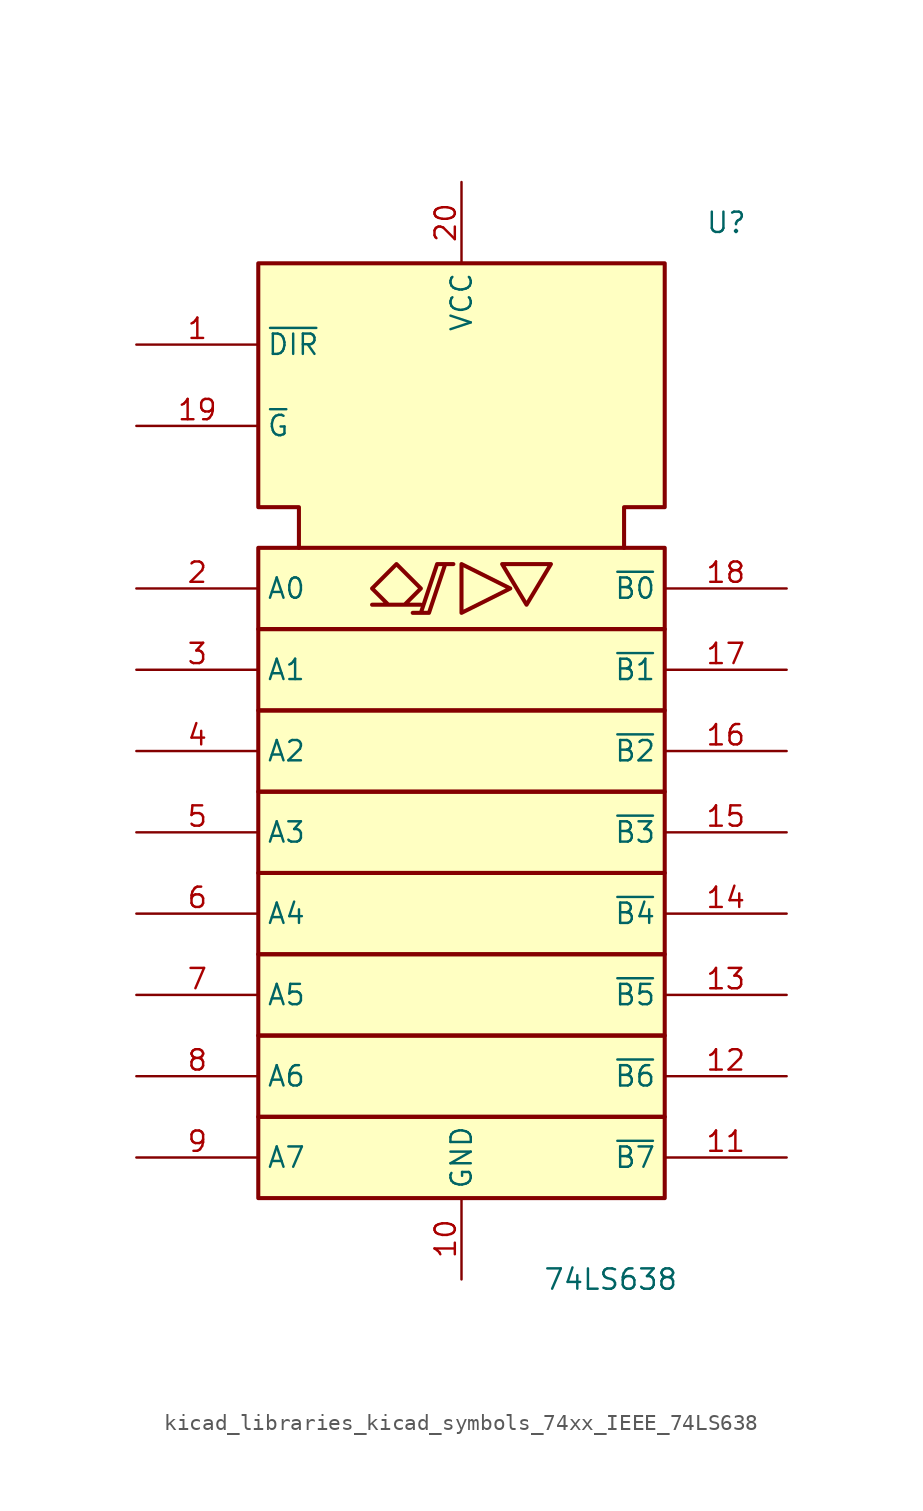
<source format=kicad_sym>
(kicad_symbol_lib
  (version 20220914)
  (generator kicad_symbol_editor)
  (symbol "kicad_libraries_kicad_symbols_74xx_IEEE_74LS638"
    (property "Reference" "U"
      (at 15.24 35.56 0)
      (effects (font (size 1.27 1.27)) (justify left)))
    (property "Value" "74LS638"
      (at 5.08 -30.48 0)
      (effects (font (size 1.27 1.27)) (justify left)))
    (symbol "kicad_libraries_kicad_symbols_74xx_IEEE_74LS638_0_0"
      (polyline (pts (xy 0 14.224) (xy 0 11.176) (xy 3.048 12.7) (xy 0 14.224) (xy 0 14.224)) (stroke (width 0.254) (type default)) (fill (type background)))
      (polyline (pts (xy 2.54 14.224) (xy 5.588 14.224) (xy 4.064 11.684) (xy 2.54 14.224) (xy 2.54 14.224)) (stroke (width 0.254) (type default)) (fill (type background)))
      (polyline (pts (xy -3.048 11.176) (xy -2.032 11.176) (xy -1.016 14.224) (xy -0.508 14.224) (xy -1.524 14.224) (xy -2.54 11.176) (xy -2.54 11.176)) (stroke (width 0.254) (type default)) (fill (type background)))
      (polyline (pts (xy -4.064 14.224) (xy -5.588 12.7) (xy -4.572 11.684) (xy -5.588 11.684) (xy -2.54 11.684) (xy -3.556 11.684) (xy -2.54 12.7) (xy -4.064 14.224) (xy -4.064 14.224)) (stroke (width 0.254) (type default)) (fill (type background)))
      (pin power_in line (at 0 -30.48 90) (length 5.08) (name "GND" (effects (font (size 1.27 1.27)))) (number "10" (effects (font (size 1.27 1.27)))))
      (pin power_in line (at 0 38.1 270) (length 5.08) (name "VCC" (effects (font (size 1.27 1.27)))) (number "20" (effects (font (size 1.27 1.27))))))
    (symbol "kicad_libraries_kicad_symbols_74xx_IEEE_74LS638_0_1"
      (rectangle (start -12.7 -20.32) (end 12.7 -25.4) (stroke (width 0.254) (type default)) (fill (type background)))
      (rectangle (start -12.7 -15.24) (end 12.7 -20.32) (stroke (width 0.254) (type default)) (fill (type background)))
      (rectangle (start -12.7 -10.16) (end 12.7 -15.24) (stroke (width 0.254) (type default)) (fill (type background)))
      (rectangle (start -12.7 -5.08) (end 12.7 -10.16) (stroke (width 0.254) (type default)) (fill (type background)))
      (rectangle (start -12.7 0) (end 12.7 -5.08) (stroke (width 0.254) (type default)) (fill (type background)))
      (rectangle (start -12.7 5.08) (end 12.7 0) (stroke (width 0.254) (type default)) (fill (type background)))
      (rectangle (start -12.7 10.16) (end 12.7 5.08) (stroke (width 0.254) (type default)) (fill (type background)))
      (rectangle (start -12.7 15.24) (end 12.7 10.16) (stroke (width 0.254) (type default)) (fill (type background)))
      (polyline (pts (xy -10.16 15.24) (xy -10.16 17.78) (xy -12.7 17.78) (xy -12.7 33.02) (xy 12.7 33.02) (xy 12.7 17.78) (xy 10.16 17.78) (xy 10.16 15.24) (xy 10.16 15.24)) (stroke (width 0.254) (type default)) (fill (type background))))
    (symbol "kicad_libraries_kicad_symbols_74xx_IEEE_74LS638_1_1"
      (pin input line (at -20.32 27.94 0) (length 7.62) (name "~{DIR}" (effects (font (size 1.27 1.27)))) (number "1" (effects (font (size 1.27 1.27)))))
      (pin tri_state line (at 20.32 -22.86 180) (length 7.62) (name "~{B7}" (effects (font (size 1.27 1.27)))) (number "11" (effects (font (size 1.27 1.27)))))
      (pin tri_state line (at 20.32 -17.78 180) (length 7.62) (name "~{B6}" (effects (font (size 1.27 1.27)))) (number "12" (effects (font (size 1.27 1.27)))))
      (pin tri_state line (at 20.32 -12.7 180) (length 7.62) (name "~{B5}" (effects (font (size 1.27 1.27)))) (number "13" (effects (font (size 1.27 1.27)))))
      (pin tri_state line (at 20.32 -7.62 180) (length 7.62) (name "~{B4}" (effects (font (size 1.27 1.27)))) (number "14" (effects (font (size 1.27 1.27)))))
      (pin tri_state line (at 20.32 -2.54 180) (length 7.62) (name "~{B3}" (effects (font (size 1.27 1.27)))) (number "15" (effects (font (size 1.27 1.27)))))
      (pin tri_state line (at 20.32 2.54 180) (length 7.62) (name "~{B2}" (effects (font (size 1.27 1.27)))) (number "16" (effects (font (size 1.27 1.27)))))
      (pin tri_state line (at 20.32 7.62 180) (length 7.62) (name "~{B1}" (effects (font (size 1.27 1.27)))) (number "17" (effects (font (size 1.27 1.27)))))
      (pin tri_state line (at 20.32 12.7 180) (length 7.62) (name "~{B0}" (effects (font (size 1.27 1.27)))) (number "18" (effects (font (size 1.27 1.27)))))
      (pin input line (at -20.32 22.86 0) (length 7.62) (name "~{G}" (effects (font (size 1.27 1.27)))) (number "19" (effects (font (size 1.27 1.27)))))
      (pin tri_state line (at -20.32 12.7 0) (length 7.62) (name "A0" (effects (font (size 1.27 1.27)))) (number "2" (effects (font (size 1.27 1.27)))))
      (pin tri_state line (at -20.32 7.62 0) (length 7.62) (name "A1" (effects (font (size 1.27 1.27)))) (number "3" (effects (font (size 1.27 1.27)))))
      (pin tri_state line (at -20.32 2.54 0) (length 7.62) (name "A2" (effects (font (size 1.27 1.27)))) (number "4" (effects (font (size 1.27 1.27)))))
      (pin tri_state line (at -20.32 -2.54 0) (length 7.62) (name "A3" (effects (font (size 1.27 1.27)))) (number "5" (effects (font (size 1.27 1.27)))))
      (pin tri_state line (at -20.32 -7.62 0) (length 7.62) (name "A4" (effects (font (size 1.27 1.27)))) (number "6" (effects (font (size 1.27 1.27)))))
      (pin tri_state line (at -20.32 -12.7 0) (length 7.62) (name "A5" (effects (font (size 1.27 1.27)))) (number "7" (effects (font (size 1.27 1.27)))))
      (pin tri_state line (at -20.32 -17.78 0) (length 7.62) (name "A6" (effects (font (size 1.27 1.27)))) (number "8" (effects (font (size 1.27 1.27)))))
      (pin tri_state line (at -20.32 -22.86 0) (length 7.62) (name "A7" (effects (font (size 1.27 1.27)))) (number "9" (effects (font (size 1.27 1.27))))))))
</source>
